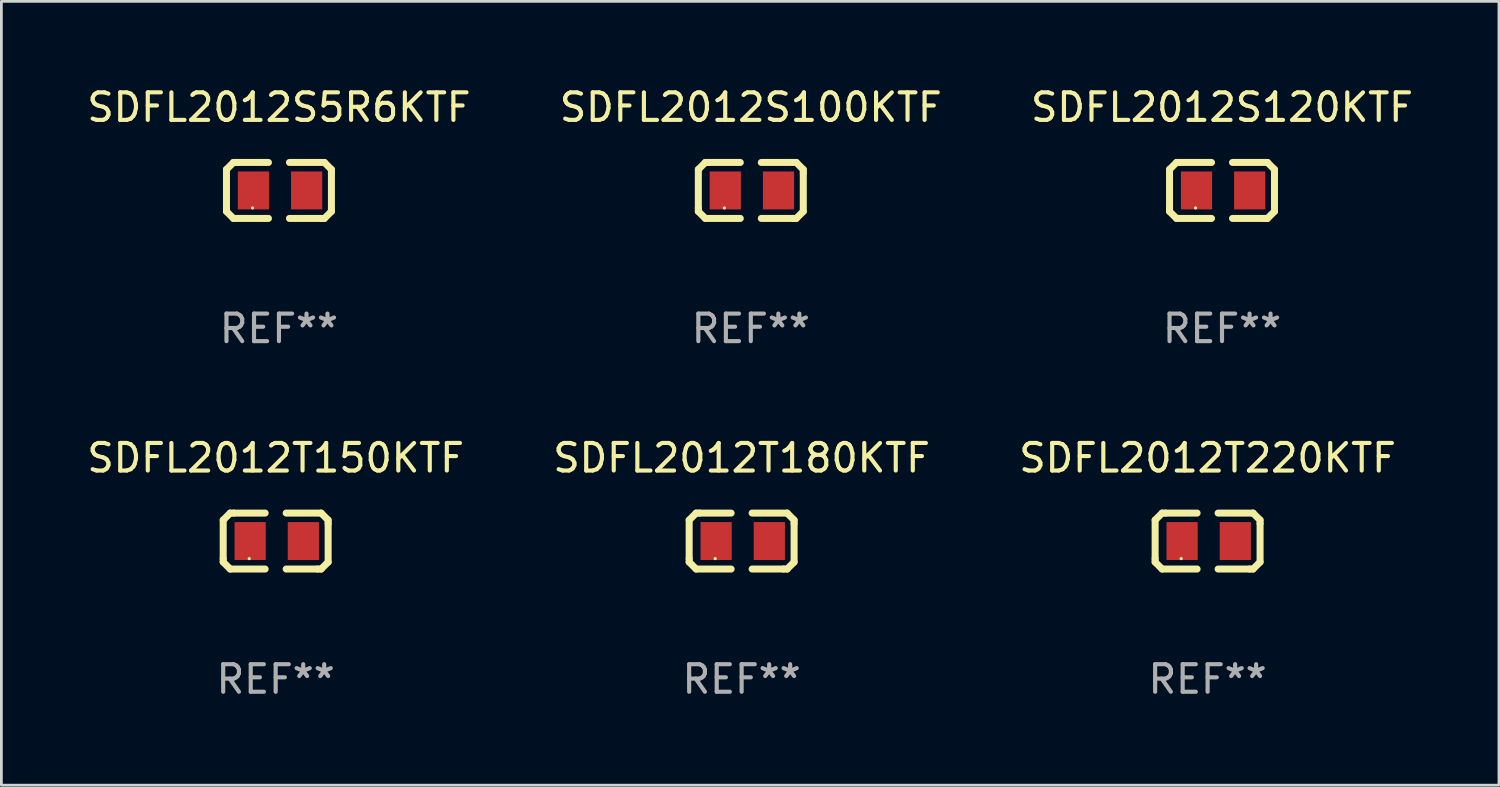
<source format=kicad_pcb>
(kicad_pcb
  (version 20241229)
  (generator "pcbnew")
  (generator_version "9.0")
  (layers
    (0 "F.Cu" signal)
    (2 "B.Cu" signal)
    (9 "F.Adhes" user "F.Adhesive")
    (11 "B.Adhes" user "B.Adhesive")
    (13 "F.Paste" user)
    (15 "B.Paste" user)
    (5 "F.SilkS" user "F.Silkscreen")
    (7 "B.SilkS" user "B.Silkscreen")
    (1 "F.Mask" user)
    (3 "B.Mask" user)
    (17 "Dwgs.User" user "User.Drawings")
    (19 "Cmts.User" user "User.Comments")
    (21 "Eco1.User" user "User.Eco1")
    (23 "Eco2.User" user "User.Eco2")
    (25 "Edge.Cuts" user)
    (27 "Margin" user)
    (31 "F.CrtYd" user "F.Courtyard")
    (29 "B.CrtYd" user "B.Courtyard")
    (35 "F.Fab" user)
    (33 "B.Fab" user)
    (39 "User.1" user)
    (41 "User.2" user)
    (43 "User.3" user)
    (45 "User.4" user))
  (footprint "SDFL2012T220KTF"
    (layer "F.Cu")
    (at 40.792 16.593)
    (property "Reference" "SDFL2012T220KTF" (at 0 -3.016 0) (layer "F.SilkS") (effects (font (size 1 1) (thickness 0.15))))
    (attr through_hole)
    (fp_line (start -1.905 -0.762) (end -1.905 0.635) (stroke (width 0.254) (type solid)) (layer "F.SilkS"))
    (fp_line (start -1.905 0.635) (end -1.905 0.762) (stroke (width 0.254) (type solid)) (layer "F.SilkS"))
    (fp_line (start -1.905 0.762) (end -1.651 1.016) (stroke (width 0.254) (type solid)) (layer "F.SilkS"))
    (fp_line (start -1.651 -1.016) (end -1.905 -0.762) (stroke (width 0.254) (type solid)) (layer "F.SilkS"))
    (fp_line (start -1.651 1.016) (end -0.381 1.016) (stroke (width 0.254) (type solid)) (layer "F.SilkS"))
    (fp_line (start -1.524 -1.016) (end -1.651 -1.016) (stroke (width 0.254) (type solid)) (layer "F.SilkS"))
    (fp_line (start -0.381 -1.016) (end -1.524 -1.016) (stroke (width 0.254) (type solid)) (layer "F.SilkS"))
    (fp_line (start 0.381 1.016) (end 1.524 1.016) (stroke (width 0.254) (type solid)) (layer "F.SilkS"))
    (fp_line (start 1.524 1.016) (end 1.651 1.016) (stroke (width 0.254) (type solid)) (layer "F.SilkS"))
    (fp_line (start 1.651 -1.016) (end 0.381 -1.016) (stroke (width 0.254) (type solid)) (layer "F.SilkS"))
    (fp_line (start 1.651 1.016) (end 1.905 0.762) (stroke (width 0.254) (type solid)) (layer "F.SilkS"))
    (fp_line (start 1.905 -0.762) (end 1.651 -1.016) (stroke (width 0.254) (type solid)) (layer "F.SilkS"))
    (fp_line (start 1.905 -0.635) (end 1.905 -0.762) (stroke (width 0.254) (type solid)) (layer "F.SilkS"))
    (fp_line (start 1.905 0.762) (end 1.905 -0.635) (stroke (width 0.254) (type solid)) (layer "F.SilkS"))
    (fp_circle (center -0.96 0.637) (end -0.93 0.637) (stroke (width 0.06) (type solid)) (fill no) (layer "F.SilkS"))
    (fp_text user "REF**" (at 0 5.016 0) (layer "F.Fab") (effects (font (size 1 1) (thickness 0.15))))
    (pad "1" smd rect (at -0.926 -0.000051) (size 1.133 1.377) (layers "F.Cu" "F.Mask" "F.Paste"))
    (pad "2" smd rect (at 1.006 -0.000051) (size 1.133 1.377) (layers "F.Cu" "F.Mask" "F.Paste")))
  (footprint "SDFL2012S5R6KTF"
    (layer "F.Cu")
    (at 7.077 3.864)
    (property "Reference" "SDFL2012S5R6KTF" (at 0 -3.016 0) (layer "F.SilkS") (effects (font (size 1 1) (thickness 0.15))))
    (attr through_hole)
    (fp_line (start -1.905 -0.762) (end -1.905 0.635) (stroke (width 0.254) (type solid)) (layer "F.SilkS"))
    (fp_line (start -1.905 0.635) (end -1.905 0.762) (stroke (width 0.254) (type solid)) (layer "F.SilkS"))
    (fp_line (start -1.905 0.762) (end -1.651 1.016) (stroke (width 0.254) (type solid)) (layer "F.SilkS"))
    (fp_line (start -1.651 -1.016) (end -1.905 -0.762) (stroke (width 0.254) (type solid)) (layer "F.SilkS"))
    (fp_line (start -1.651 1.016) (end -0.381 1.016) (stroke (width 0.254) (type solid)) (layer "F.SilkS"))
    (fp_line (start -1.524 -1.016) (end -1.651 -1.016) (stroke (width 0.254) (type solid)) (layer "F.SilkS"))
    (fp_line (start -0.381 -1.016) (end -1.524 -1.016) (stroke (width 0.254) (type solid)) (layer "F.SilkS"))
    (fp_line (start 0.381 1.016) (end 1.524 1.016) (stroke (width 0.254) (type solid)) (layer "F.SilkS"))
    (fp_line (start 1.524 1.016) (end 1.651 1.016) (stroke (width 0.254) (type solid)) (layer "F.SilkS"))
    (fp_line (start 1.651 -1.016) (end 0.381 -1.016) (stroke (width 0.254) (type solid)) (layer "F.SilkS"))
    (fp_line (start 1.651 1.016) (end 1.905 0.762) (stroke (width 0.254) (type solid)) (layer "F.SilkS"))
    (fp_line (start 1.905 -0.762) (end 1.651 -1.016) (stroke (width 0.254) (type solid)) (layer "F.SilkS"))
    (fp_line (start 1.905 -0.635) (end 1.905 -0.762) (stroke (width 0.254) (type solid)) (layer "F.SilkS"))
    (fp_line (start 1.905 0.762) (end 1.905 -0.635) (stroke (width 0.254) (type solid)) (layer "F.SilkS"))
    (fp_circle (center -0.96 0.637) (end -0.93 0.637) (stroke (width 0.06) (type solid)) (fill no) (layer "F.SilkS"))
    (fp_text user "REF**" (at 0 5.016 0) (layer "F.Fab") (effects (font (size 1 1) (thickness 0.15))))
    (pad "1" smd rect (at -0.926 -0.000051) (size 1.133 1.377) (layers "F.Cu" "F.Mask" "F.Paste"))
    (pad "2" smd rect (at 1.006 -0.000051) (size 1.133 1.377) (layers "F.Cu" "F.Mask" "F.Paste")))
  (footprint "SDFL2012S120KTF"
    (layer "F.Cu")
    (at 41.315 3.864)
    (property "Reference" "SDFL2012S120KTF" (at 0 -3.016 0) (layer "F.SilkS") (effects (font (size 1 1) (thickness 0.15))))
    (attr through_hole)
    (fp_line (start -1.905 -0.762) (end -1.905 0.635) (stroke (width 0.254) (type solid)) (layer "F.SilkS"))
    (fp_line (start -1.905 0.635) (end -1.905 0.762) (stroke (width 0.254) (type solid)) (layer "F.SilkS"))
    (fp_line (start -1.905 0.762) (end -1.651 1.016) (stroke (width 0.254) (type solid)) (layer "F.SilkS"))
    (fp_line (start -1.651 -1.016) (end -1.905 -0.762) (stroke (width 0.254) (type solid)) (layer "F.SilkS"))
    (fp_line (start -1.651 1.016) (end -0.381 1.016) (stroke (width 0.254) (type solid)) (layer "F.SilkS"))
    (fp_line (start -1.524 -1.016) (end -1.651 -1.016) (stroke (width 0.254) (type solid)) (layer "F.SilkS"))
    (fp_line (start -0.381 -1.016) (end -1.524 -1.016) (stroke (width 0.254) (type solid)) (layer "F.SilkS"))
    (fp_line (start 0.381 1.016) (end 1.524 1.016) (stroke (width 0.254) (type solid)) (layer "F.SilkS"))
    (fp_line (start 1.524 1.016) (end 1.651 1.016) (stroke (width 0.254) (type solid)) (layer "F.SilkS"))
    (fp_line (start 1.651 -1.016) (end 0.381 -1.016) (stroke (width 0.254) (type solid)) (layer "F.SilkS"))
    (fp_line (start 1.651 1.016) (end 1.905 0.762) (stroke (width 0.254) (type solid)) (layer "F.SilkS"))
    (fp_line (start 1.905 -0.762) (end 1.651 -1.016) (stroke (width 0.254) (type solid)) (layer "F.SilkS"))
    (fp_line (start 1.905 -0.635) (end 1.905 -0.762) (stroke (width 0.254) (type solid)) (layer "F.SilkS"))
    (fp_line (start 1.905 0.762) (end 1.905 -0.635) (stroke (width 0.254) (type solid)) (layer "F.SilkS"))
    (fp_circle (center -0.96 0.637) (end -0.93 0.637) (stroke (width 0.06) (type solid)) (fill no) (layer "F.SilkS"))
    (fp_text user "REF**" (at 0 5.016 0) (layer "F.Fab") (effects (font (size 1 1) (thickness 0.15))))
    (pad "1" smd rect (at -0.926 -0.000051) (size 1.133 1.377) (layers "F.Cu" "F.Mask" "F.Paste"))
    (pad "2" smd rect (at 1.006 -0.000051) (size 1.133 1.377) (layers "F.Cu" "F.Mask" "F.Paste")))
  (footprint "SDFL2012T180KTF"
    (layer "F.Cu")
    (at 23.875 16.593)
    (property "Reference" "SDFL2012T180KTF" (at 0 -3.016 0) (layer "F.SilkS") (effects (font (size 1 1) (thickness 0.15))))
    (attr through_hole)
    (fp_line (start -1.905 -0.762) (end -1.905 0.635) (stroke (width 0.254) (type solid)) (layer "F.SilkS"))
    (fp_line (start -1.905 0.635) (end -1.905 0.762) (stroke (width 0.254) (type solid)) (layer "F.SilkS"))
    (fp_line (start -1.905 0.762) (end -1.651 1.016) (stroke (width 0.254) (type solid)) (layer "F.SilkS"))
    (fp_line (start -1.651 -1.016) (end -1.905 -0.762) (stroke (width 0.254) (type solid)) (layer "F.SilkS"))
    (fp_line (start -1.651 1.016) (end -0.381 1.016) (stroke (width 0.254) (type solid)) (layer "F.SilkS"))
    (fp_line (start -1.524 -1.016) (end -1.651 -1.016) (stroke (width 0.254) (type solid)) (layer "F.SilkS"))
    (fp_line (start -0.381 -1.016) (end -1.524 -1.016) (stroke (width 0.254) (type solid)) (layer "F.SilkS"))
    (fp_line (start 0.381 1.016) (end 1.524 1.016) (stroke (width 0.254) (type solid)) (layer "F.SilkS"))
    (fp_line (start 1.524 1.016) (end 1.651 1.016) (stroke (width 0.254) (type solid)) (layer "F.SilkS"))
    (fp_line (start 1.651 -1.016) (end 0.381 -1.016) (stroke (width 0.254) (type solid)) (layer "F.SilkS"))
    (fp_line (start 1.651 1.016) (end 1.905 0.762) (stroke (width 0.254) (type solid)) (layer "F.SilkS"))
    (fp_line (start 1.905 -0.762) (end 1.651 -1.016) (stroke (width 0.254) (type solid)) (layer "F.SilkS"))
    (fp_line (start 1.905 -0.635) (end 1.905 -0.762) (stroke (width 0.254) (type solid)) (layer "F.SilkS"))
    (fp_line (start 1.905 0.762) (end 1.905 -0.635) (stroke (width 0.254) (type solid)) (layer "F.SilkS"))
    (fp_circle (center -0.96 0.637) (end -0.93 0.637) (stroke (width 0.06) (type solid)) (fill no) (layer "F.SilkS"))
    (fp_text user "REF**" (at 0 5.016 0) (layer "F.Fab") (effects (font (size 1 1) (thickness 0.15))))
    (pad "1" smd rect (at -0.926 -0.000051) (size 1.133 1.377) (layers "F.Cu" "F.Mask" "F.Paste"))
    (pad "2" smd rect (at 1.006 -0.000051) (size 1.133 1.377) (layers "F.Cu" "F.Mask" "F.Paste")))
  (footprint "SDFL2012T150KTF"
    (layer "F.Cu")
    (at 6.958 16.593)
    (property "Reference" "SDFL2012T150KTF" (at 0 -3.016 0) (layer "F.SilkS") (effects (font (size 1 1) (thickness 0.15))))
    (attr through_hole)
    (fp_line (start -1.905 -0.762) (end -1.905 0.635) (stroke (width 0.254) (type solid)) (layer "F.SilkS"))
    (fp_line (start -1.905 0.635) (end -1.905 0.762) (stroke (width 0.254) (type solid)) (layer "F.SilkS"))
    (fp_line (start -1.905 0.762) (end -1.651 1.016) (stroke (width 0.254) (type solid)) (layer "F.SilkS"))
    (fp_line (start -1.651 -1.016) (end -1.905 -0.762) (stroke (width 0.254) (type solid)) (layer "F.SilkS"))
    (fp_line (start -1.651 1.016) (end -0.381 1.016) (stroke (width 0.254) (type solid)) (layer "F.SilkS"))
    (fp_line (start -1.524 -1.016) (end -1.651 -1.016) (stroke (width 0.254) (type solid)) (layer "F.SilkS"))
    (fp_line (start -0.381 -1.016) (end -1.524 -1.016) (stroke (width 0.254) (type solid)) (layer "F.SilkS"))
    (fp_line (start 0.381 1.016) (end 1.524 1.016) (stroke (width 0.254) (type solid)) (layer "F.SilkS"))
    (fp_line (start 1.524 1.016) (end 1.651 1.016) (stroke (width 0.254) (type solid)) (layer "F.SilkS"))
    (fp_line (start 1.651 -1.016) (end 0.381 -1.016) (stroke (width 0.254) (type solid)) (layer "F.SilkS"))
    (fp_line (start 1.651 1.016) (end 1.905 0.762) (stroke (width 0.254) (type solid)) (layer "F.SilkS"))
    (fp_line (start 1.905 -0.762) (end 1.651 -1.016) (stroke (width 0.254) (type solid)) (layer "F.SilkS"))
    (fp_line (start 1.905 -0.635) (end 1.905 -0.762) (stroke (width 0.254) (type solid)) (layer "F.SilkS"))
    (fp_line (start 1.905 0.762) (end 1.905 -0.635) (stroke (width 0.254) (type solid)) (layer "F.SilkS"))
    (fp_circle (center -0.96 0.637) (end -0.93 0.637) (stroke (width 0.06) (type solid)) (fill no) (layer "F.SilkS"))
    (fp_text user "REF**" (at 0 5.016 0) (layer "F.Fab") (effects (font (size 1 1) (thickness 0.15))))
    (pad "1" smd rect (at -0.926 -0.000051) (size 1.133 1.377) (layers "F.Cu" "F.Mask" "F.Paste"))
    (pad "2" smd rect (at 1.006 -0.000051) (size 1.133 1.377) (layers "F.Cu" "F.Mask" "F.Paste")))
  (footprint "SDFL2012S100KTF"
    (layer "F.Cu")
    (at 24.208 3.864)
    (property "Reference" "SDFL2012S100KTF" (at 0 -3.016 0) (layer "F.SilkS") (effects (font (size 1 1) (thickness 0.15))))
    (attr through_hole)
    (fp_line (start -1.905 -0.762) (end -1.905 0.635) (stroke (width 0.254) (type solid)) (layer "F.SilkS"))
    (fp_line (start -1.905 0.635) (end -1.905 0.762) (stroke (width 0.254) (type solid)) (layer "F.SilkS"))
    (fp_line (start -1.905 0.762) (end -1.651 1.016) (stroke (width 0.254) (type solid)) (layer "F.SilkS"))
    (fp_line (start -1.651 -1.016) (end -1.905 -0.762) (stroke (width 0.254) (type solid)) (layer "F.SilkS"))
    (fp_line (start -1.651 1.016) (end -0.381 1.016) (stroke (width 0.254) (type solid)) (layer "F.SilkS"))
    (fp_line (start -1.524 -1.016) (end -1.651 -1.016) (stroke (width 0.254) (type solid)) (layer "F.SilkS"))
    (fp_line (start -0.381 -1.016) (end -1.524 -1.016) (stroke (width 0.254) (type solid)) (layer "F.SilkS"))
    (fp_line (start 0.381 1.016) (end 1.524 1.016) (stroke (width 0.254) (type solid)) (layer "F.SilkS"))
    (fp_line (start 1.524 1.016) (end 1.651 1.016) (stroke (width 0.254) (type solid)) (layer "F.SilkS"))
    (fp_line (start 1.651 -1.016) (end 0.381 -1.016) (stroke (width 0.254) (type solid)) (layer "F.SilkS"))
    (fp_line (start 1.651 1.016) (end 1.905 0.762) (stroke (width 0.254) (type solid)) (layer "F.SilkS"))
    (fp_line (start 1.905 -0.762) (end 1.651 -1.016) (stroke (width 0.254) (type solid)) (layer "F.SilkS"))
    (fp_line (start 1.905 -0.635) (end 1.905 -0.762) (stroke (width 0.254) (type solid)) (layer "F.SilkS"))
    (fp_line (start 1.905 0.762) (end 1.905 -0.635) (stroke (width 0.254) (type solid)) (layer "F.SilkS"))
    (fp_circle (center -0.96 0.637) (end -0.93 0.637) (stroke (width 0.06) (type solid)) (fill no) (layer "F.SilkS"))
    (fp_text user "REF**" (at 0 5.016 0) (layer "F.Fab") (effects (font (size 1 1) (thickness 0.15))))
    (pad "1" smd rect (at -0.926 -0.000051) (size 1.133 1.377) (layers "F.Cu" "F.Mask" "F.Paste"))
    (pad "2" smd rect (at 1.006 -0.000051) (size 1.133 1.377) (layers "F.Cu" "F.Mask" "F.Paste")))
  (gr_rect
    (start -3 -3)
    (end 51.369 25.457)
    (stroke (width 0.1) (type default))
    (fill no)
    (layer "Edge.Cuts")))
</source>
